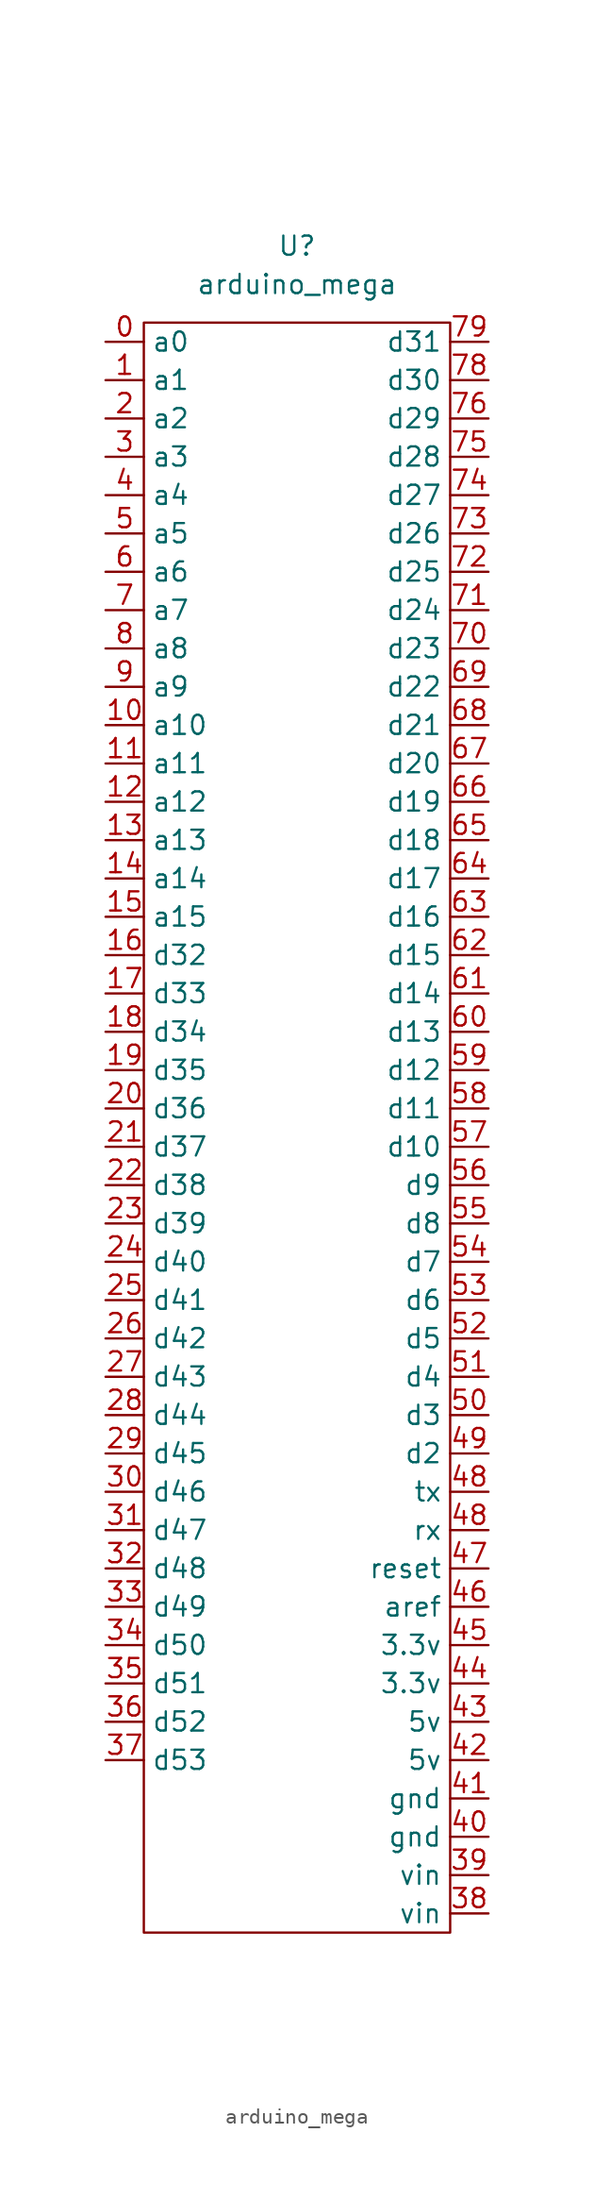
<source format=kicad_sym>
(kicad_symbol_lib
  (version 20211014)
  (generator kicad_symbol_editor)
  (symbol "arduino_mega"
    (property "Reference" "U"
      (at 0 2.54 0)
      (effects (font (size 1.27 1.27))))
    (property "Value" "arduino_mega"
      (at 0 0 0)
      (effects (font (size 1.27 1.27))))
    (symbol "arduino_mega_0_1"
      (rectangle (start -10.16 -2.54) (end 10.16 -109.22) (stroke (width 0) (type default) (color 0 0 0 0)) (fill (type none))))
    (symbol "arduino_mega_1_1"
      (pin bidirectional line (at -12.7 -3.81 0) (length 2.54) (name "a0" (effects (font (size 1.27 1.27)))) (number "0" (effects (font (size 1.27 1.27)))))
      (pin bidirectional line (at -12.7 -6.35 0) (length 2.54) (name "a1" (effects (font (size 1.27 1.27)))) (number "1" (effects (font (size 1.27 1.27)))))
      (pin bidirectional line (at -12.7 -29.21 0) (length 2.54) (name "a10" (effects (font (size 1.27 1.27)))) (number "10" (effects (font (size 1.27 1.27)))))
      (pin bidirectional line (at -12.7 -31.75 0) (length 2.54) (name "a11" (effects (font (size 1.27 1.27)))) (number "11" (effects (font (size 1.27 1.27)))))
      (pin bidirectional line (at -12.7 -34.29 0) (length 2.54) (name "a12" (effects (font (size 1.27 1.27)))) (number "12" (effects (font (size 1.27 1.27)))))
      (pin bidirectional line (at -12.7 -36.83 0) (length 2.54) (name "a13" (effects (font (size 1.27 1.27)))) (number "13" (effects (font (size 1.27 1.27)))))
      (pin bidirectional line (at -12.7 -39.37 0) (length 2.54) (name "a14" (effects (font (size 1.27 1.27)))) (number "14" (effects (font (size 1.27 1.27)))))
      (pin bidirectional line (at -12.7 -41.91 0) (length 2.54) (name "a15" (effects (font (size 1.27 1.27)))) (number "15" (effects (font (size 1.27 1.27)))))
      (pin bidirectional line (at -12.7 -44.45 0) (length 2.54) (name "d32" (effects (font (size 1.27 1.27)))) (number "16" (effects (font (size 1.27 1.27)))))
      (pin bidirectional line (at -12.7 -46.99 0) (length 2.54) (name "d33" (effects (font (size 1.27 1.27)))) (number "17" (effects (font (size 1.27 1.27)))))
      (pin bidirectional line (at -12.7 -49.53 0) (length 2.54) (name "d34" (effects (font (size 1.27 1.27)))) (number "18" (effects (font (size 1.27 1.27)))))
      (pin bidirectional line (at -12.7 -52.07 0) (length 2.54) (name "d35" (effects (font (size 1.27 1.27)))) (number "19" (effects (font (size 1.27 1.27)))))
      (pin bidirectional line (at -12.7 -8.89 0) (length 2.54) (name "a2" (effects (font (size 1.27 1.27)))) (number "2" (effects (font (size 1.27 1.27)))))
      (pin bidirectional line (at -12.7 -54.61 0) (length 2.54) (name "d36" (effects (font (size 1.27 1.27)))) (number "20" (effects (font (size 1.27 1.27)))))
      (pin bidirectional line (at -12.7 -57.15 0) (length 2.54) (name "d37" (effects (font (size 1.27 1.27)))) (number "21" (effects (font (size 1.27 1.27)))))
      (pin bidirectional line (at -12.7 -59.69 0) (length 2.54) (name "d38" (effects (font (size 1.27 1.27)))) (number "22" (effects (font (size 1.27 1.27)))))
      (pin bidirectional line (at -12.7 -62.23 0) (length 2.54) (name "d39" (effects (font (size 1.27 1.27)))) (number "23" (effects (font (size 1.27 1.27)))))
      (pin bidirectional line (at -12.7 -64.77 0) (length 2.54) (name "d40" (effects (font (size 1.27 1.27)))) (number "24" (effects (font (size 1.27 1.27)))))
      (pin bidirectional line (at -12.7 -67.31 0) (length 2.54) (name "d41" (effects (font (size 1.27 1.27)))) (number "25" (effects (font (size 1.27 1.27)))))
      (pin bidirectional line (at -12.7 -69.85 0) (length 2.54) (name "d42" (effects (font (size 1.27 1.27)))) (number "26" (effects (font (size 1.27 1.27)))))
      (pin bidirectional line (at -12.7 -72.39 0) (length 2.54) (name "d43" (effects (font (size 1.27 1.27)))) (number "27" (effects (font (size 1.27 1.27)))))
      (pin bidirectional line (at -12.7 -74.93 0) (length 2.54) (name "d44" (effects (font (size 1.27 1.27)))) (number "28" (effects (font (size 1.27 1.27)))))
      (pin bidirectional line (at -12.7 -77.47 0) (length 2.54) (name "d45" (effects (font (size 1.27 1.27)))) (number "29" (effects (font (size 1.27 1.27)))))
      (pin bidirectional line (at -12.7 -11.43 0) (length 2.54) (name "a3" (effects (font (size 1.27 1.27)))) (number "3" (effects (font (size 1.27 1.27)))))
      (pin bidirectional line (at -12.7 -80.01 0) (length 2.54) (name "d46" (effects (font (size 1.27 1.27)))) (number "30" (effects (font (size 1.27 1.27)))))
      (pin bidirectional line (at -12.7 -82.55 0) (length 2.54) (name "d47" (effects (font (size 1.27 1.27)))) (number "31" (effects (font (size 1.27 1.27)))))
      (pin bidirectional line (at -12.7 -85.09 0) (length 2.54) (name "d48" (effects (font (size 1.27 1.27)))) (number "32" (effects (font (size 1.27 1.27)))))
      (pin bidirectional line (at -12.7 -87.63 0) (length 2.54) (name "d49" (effects (font (size 1.27 1.27)))) (number "33" (effects (font (size 1.27 1.27)))))
      (pin bidirectional line (at -12.7 -90.17 0) (length 2.54) (name "d50" (effects (font (size 1.27 1.27)))) (number "34" (effects (font (size 1.27 1.27)))))
      (pin bidirectional line (at -12.7 -92.71 0) (length 2.54) (name "d51" (effects (font (size 1.27 1.27)))) (number "35" (effects (font (size 1.27 1.27)))))
      (pin bidirectional line (at -12.7 -95.25 0) (length 2.54) (name "d52" (effects (font (size 1.27 1.27)))) (number "36" (effects (font (size 1.27 1.27)))))
      (pin bidirectional line (at -12.7 -97.79 0) (length 2.54) (name "d53" (effects (font (size 1.27 1.27)))) (number "37" (effects (font (size 1.27 1.27)))))
      (pin bidirectional line (at 12.7 -107.95 180) (length 2.54) (name "vin" (effects (font (size 1.27 1.27)))) (number "38" (effects (font (size 1.27 1.27)))))
      (pin bidirectional line (at 12.7 -105.41 180) (length 2.54) (name "vin" (effects (font (size 1.27 1.27)))) (number "39" (effects (font (size 1.27 1.27)))))
      (pin bidirectional line (at -12.7 -13.97 0) (length 2.54) (name "a4" (effects (font (size 1.27 1.27)))) (number "4" (effects (font (size 1.27 1.27)))))
      (pin bidirectional line (at 12.7 -102.87 180) (length 2.54) (name "gnd" (effects (font (size 1.27 1.27)))) (number "40" (effects (font (size 1.27 1.27)))))
      (pin bidirectional line (at 12.7 -100.33 180) (length 2.54) (name "gnd" (effects (font (size 1.27 1.27)))) (number "41" (effects (font (size 1.27 1.27)))))
      (pin bidirectional line (at 12.7 -97.79 180) (length 2.54) (name "5v" (effects (font (size 1.27 1.27)))) (number "42" (effects (font (size 1.27 1.27)))))
      (pin bidirectional line (at 12.7 -95.25 180) (length 2.54) (name "5v" (effects (font (size 1.27 1.27)))) (number "43" (effects (font (size 1.27 1.27)))))
      (pin bidirectional line (at 12.7 -92.71 180) (length 2.54) (name "3.3v" (effects (font (size 1.27 1.27)))) (number "44" (effects (font (size 1.27 1.27)))))
      (pin bidirectional line (at 12.7 -90.17 180) (length 2.54) (name "3.3v" (effects (font (size 1.27 1.27)))) (number "45" (effects (font (size 1.27 1.27)))))
      (pin bidirectional line (at 12.7 -87.63 180) (length 2.54) (name "aref" (effects (font (size 1.27 1.27)))) (number "46" (effects (font (size 1.27 1.27)))))
      (pin bidirectional line (at 12.7 -85.09 180) (length 2.54) (name "reset" (effects (font (size 1.27 1.27)))) (number "47" (effects (font (size 1.27 1.27)))))
      (pin bidirectional line (at 12.7 -82.55 180) (length 2.54) (name "rx" (effects (font (size 1.27 1.27)))) (number "48" (effects (font (size 1.27 1.27)))))
      (pin bidirectional line (at 12.7 -80.01 180) (length 2.54) (name "tx" (effects (font (size 1.27 1.27)))) (number "48" (effects (font (size 1.27 1.27)))))
      (pin bidirectional line (at 12.7 -77.47 180) (length 2.54) (name "d2" (effects (font (size 1.27 1.27)))) (number "49" (effects (font (size 1.27 1.27)))))
      (pin bidirectional line (at -12.7 -16.51 0) (length 2.54) (name "a5" (effects (font (size 1.27 1.27)))) (number "5" (effects (font (size 1.27 1.27)))))
      (pin bidirectional line (at 12.7 -74.93 180) (length 2.54) (name "d3" (effects (font (size 1.27 1.27)))) (number "50" (effects (font (size 1.27 1.27)))))
      (pin bidirectional line (at 12.7 -72.39 180) (length 2.54) (name "d4" (effects (font (size 1.27 1.27)))) (number "51" (effects (font (size 1.27 1.27)))))
      (pin bidirectional line (at 12.7 -69.85 180) (length 2.54) (name "d5" (effects (font (size 1.27 1.27)))) (number "52" (effects (font (size 1.27 1.27)))))
      (pin bidirectional line (at 12.7 -67.31 180) (length 2.54) (name "d6" (effects (font (size 1.27 1.27)))) (number "53" (effects (font (size 1.27 1.27)))))
      (pin bidirectional line (at 12.7 -64.77 180) (length 2.54) (name "d7" (effects (font (size 1.27 1.27)))) (number "54" (effects (font (size 1.27 1.27)))))
      (pin bidirectional line (at 12.7 -62.23 180) (length 2.54) (name "d8" (effects (font (size 1.27 1.27)))) (number "55" (effects (font (size 1.27 1.27)))))
      (pin bidirectional line (at 12.7 -59.69 180) (length 2.54) (name "d9" (effects (font (size 1.27 1.27)))) (number "56" (effects (font (size 1.27 1.27)))))
      (pin bidirectional line (at 12.7 -57.15 180) (length 2.54) (name "d10" (effects (font (size 1.27 1.27)))) (number "57" (effects (font (size 1.27 1.27)))))
      (pin bidirectional line (at 12.7 -54.61 180) (length 2.54) (name "d11" (effects (font (size 1.27 1.27)))) (number "58" (effects (font (size 1.27 1.27)))))
      (pin bidirectional line (at 12.7 -52.07 180) (length 2.54) (name "d12" (effects (font (size 1.27 1.27)))) (number "59" (effects (font (size 1.27 1.27)))))
      (pin bidirectional line (at -12.7 -19.05 0) (length 2.54) (name "a6" (effects (font (size 1.27 1.27)))) (number "6" (effects (font (size 1.27 1.27)))))
      (pin bidirectional line (at 12.7 -49.53 180) (length 2.54) (name "d13" (effects (font (size 1.27 1.27)))) (number "60" (effects (font (size 1.27 1.27)))))
      (pin bidirectional line (at 12.7 -46.99 180) (length 2.54) (name "d14" (effects (font (size 1.27 1.27)))) (number "61" (effects (font (size 1.27 1.27)))))
      (pin bidirectional line (at 12.7 -44.45 180) (length 2.54) (name "d15" (effects (font (size 1.27 1.27)))) (number "62" (effects (font (size 1.27 1.27)))))
      (pin bidirectional line (at 12.7 -41.91 180) (length 2.54) (name "d16" (effects (font (size 1.27 1.27)))) (number "63" (effects (font (size 1.27 1.27)))))
      (pin bidirectional line (at 12.7 -39.37 180) (length 2.54) (name "d17" (effects (font (size 1.27 1.27)))) (number "64" (effects (font (size 1.27 1.27)))))
      (pin bidirectional line (at 12.7 -36.83 180) (length 2.54) (name "d18" (effects (font (size 1.27 1.27)))) (number "65" (effects (font (size 1.27 1.27)))))
      (pin bidirectional line (at 12.7 -34.29 180) (length 2.54) (name "d19" (effects (font (size 1.27 1.27)))) (number "66" (effects (font (size 1.27 1.27)))))
      (pin bidirectional line (at 12.7 -31.75 180) (length 2.54) (name "d20" (effects (font (size 1.27 1.27)))) (number "67" (effects (font (size 1.27 1.27)))))
      (pin bidirectional line (at 12.7 -29.21 180) (length 2.54) (name "d21" (effects (font (size 1.27 1.27)))) (number "68" (effects (font (size 1.27 1.27)))))
      (pin bidirectional line (at 12.7 -26.67 180) (length 2.54) (name "d22" (effects (font (size 1.27 1.27)))) (number "69" (effects (font (size 1.27 1.27)))))
      (pin bidirectional line (at -12.7 -21.59 0) (length 2.54) (name "a7" (effects (font (size 1.27 1.27)))) (number "7" (effects (font (size 1.27 1.27)))))
      (pin bidirectional line (at 12.7 -24.13 180) (length 2.54) (name "d23" (effects (font (size 1.27 1.27)))) (number "70" (effects (font (size 1.27 1.27)))))
      (pin bidirectional line (at 12.7 -21.59 180) (length 2.54) (name "d24" (effects (font (size 1.27 1.27)))) (number "71" (effects (font (size 1.27 1.27)))))
      (pin bidirectional line (at 12.7 -19.05 180) (length 2.54) (name "d25" (effects (font (size 1.27 1.27)))) (number "72" (effects (font (size 1.27 1.27)))))
      (pin bidirectional line (at 12.7 -16.51 180) (length 2.54) (name "d26" (effects (font (size 1.27 1.27)))) (number "73" (effects (font (size 1.27 1.27)))))
      (pin bidirectional line (at 12.7 -13.97 180) (length 2.54) (name "d27" (effects (font (size 1.27 1.27)))) (number "74" (effects (font (size 1.27 1.27)))))
      (pin bidirectional line (at 12.7 -11.43 180) (length 2.54) (name "d28" (effects (font (size 1.27 1.27)))) (number "75" (effects (font (size 1.27 1.27)))))
      (pin bidirectional line (at 12.7 -8.89 180) (length 2.54) (name "d29" (effects (font (size 1.27 1.27)))) (number "76" (effects (font (size 1.27 1.27)))))
      (pin bidirectional line (at 12.7 -6.35 180) (length 2.54) (name "d30" (effects (font (size 1.27 1.27)))) (number "78" (effects (font (size 1.27 1.27)))))
      (pin bidirectional line (at 12.7 -3.81 180) (length 2.54) (name "d31" (effects (font (size 1.27 1.27)))) (number "79" (effects (font (size 1.27 1.27)))))
      (pin bidirectional line (at -12.7 -24.13 0) (length 2.54) (name "a8" (effects (font (size 1.27 1.27)))) (number "8" (effects (font (size 1.27 1.27)))))
      (pin bidirectional line (at -12.7 -26.67 0) (length 2.54) (name "a9" (effects (font (size 1.27 1.27)))) (number "9" (effects (font (size 1.27 1.27))))))))
</source>
